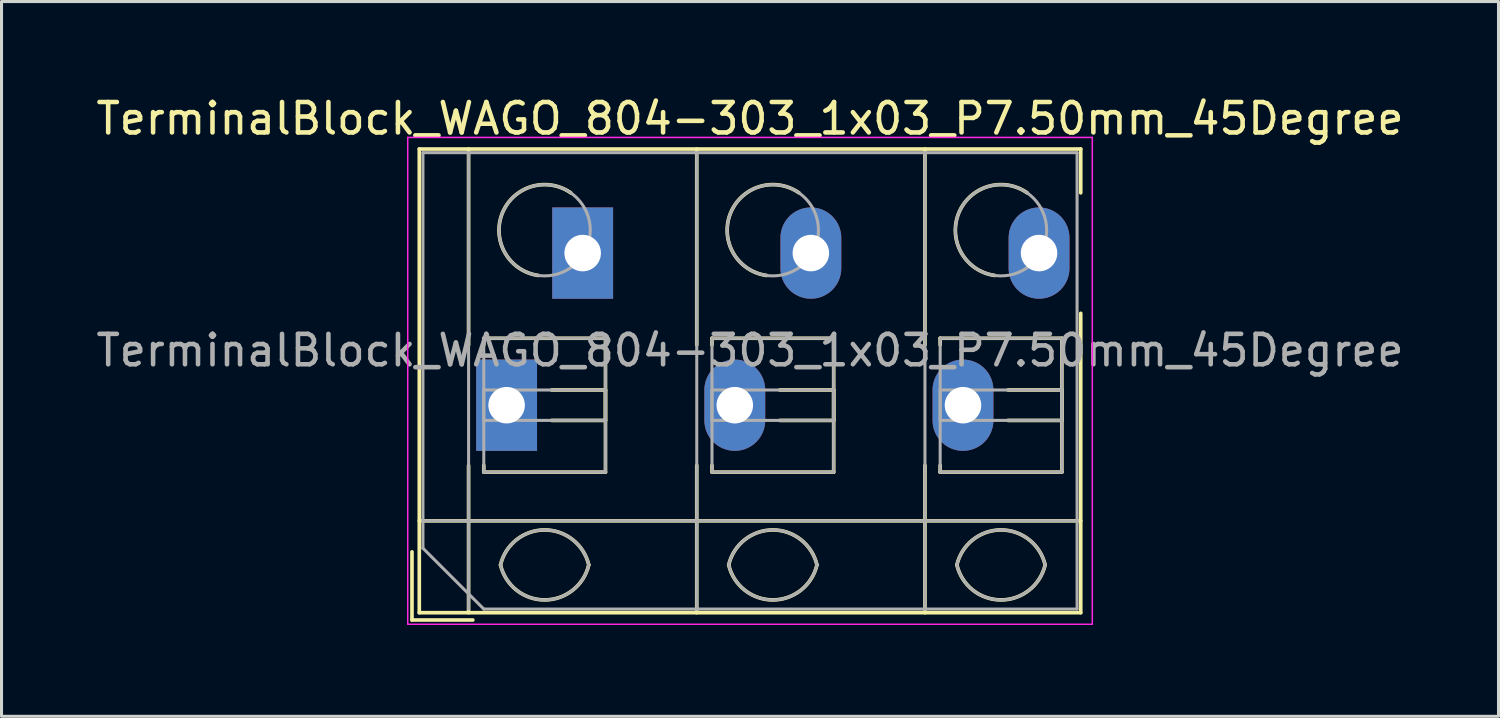
<source format=kicad_pcb>
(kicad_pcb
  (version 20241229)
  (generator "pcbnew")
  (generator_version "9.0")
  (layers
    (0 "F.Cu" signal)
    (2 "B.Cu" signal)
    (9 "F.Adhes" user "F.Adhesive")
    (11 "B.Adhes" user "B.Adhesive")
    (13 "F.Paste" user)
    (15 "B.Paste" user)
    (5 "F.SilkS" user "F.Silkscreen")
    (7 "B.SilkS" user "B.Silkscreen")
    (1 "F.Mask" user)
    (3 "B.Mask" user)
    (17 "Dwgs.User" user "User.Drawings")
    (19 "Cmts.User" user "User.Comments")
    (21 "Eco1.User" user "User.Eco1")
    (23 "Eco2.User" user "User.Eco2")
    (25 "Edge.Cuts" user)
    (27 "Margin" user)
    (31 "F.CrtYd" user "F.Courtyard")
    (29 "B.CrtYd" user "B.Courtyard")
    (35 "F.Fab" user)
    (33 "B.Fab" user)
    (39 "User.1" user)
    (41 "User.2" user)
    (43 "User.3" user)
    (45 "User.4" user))
  (footprint "TerminalBlock_WAGO_804-303_1x03_P7.50mm_45Degree"
    (layer "F.Cu")
    (at 13.601 10.268)
    (property "Reference" "TerminalBlock_WAGO_804-303_1x03_P7.50mm_45Degree" (at 8 -9.42 0) (layer "F.SilkS") (effects (font (size 1 1) (thickness 0.15))))
    (attr through_hole)
    (fp_line (start -3.11 4.82) (end -3.11 7.06) (stroke (width 0.12) (type solid)) (layer "F.SilkS"))
    (fp_line (start -3.11 7.06) (end -1.11 7.06) (stroke (width 0.12) (type solid)) (layer "F.SilkS"))
    (fp_line (start -2.87 -8.42) (end -2.87 6.82) (stroke (width 0.12) (type solid)) (layer "F.SilkS"))
    (fp_line (start -2.87 -8.42) (end 18.87 -8.42) (stroke (width 0.12) (type solid)) (layer "F.SilkS"))
    (fp_line (start -2.87 3.8) (end 18.87 3.8) (stroke (width 0.12) (type solid)) (layer "F.SilkS"))
    (fp_line (start -2.87 6.82) (end 18.87 6.82) (stroke (width 0.12) (type solid)) (layer "F.SilkS"))
    (fp_line (start -1.25 -8.42) (end -1.25 -1.98) (stroke (width 0.12) (type solid)) (layer "F.SilkS"))
    (fp_line (start -1.25 1.98) (end -1.25 6.82) (stroke (width 0.12) (type solid)) (layer "F.SilkS"))
    (fp_line (start -0.75 -2.2) (end -0.75 -1.98) (stroke (width 0.12) (type solid)) (layer "F.SilkS"))
    (fp_line (start -0.75 -2.2) (end 3.25 -2.2) (stroke (width 0.12) (type solid)) (layer "F.SilkS"))
    (fp_line (start -0.75 1.98) (end -0.75 2.2) (stroke (width 0.12) (type solid)) (layer "F.SilkS"))
    (fp_line (start -0.75 2.2) (end 3.25 2.2) (stroke (width 0.12) (type solid)) (layer "F.SilkS"))
    (fp_line (start 1.48 -0.5) (end 3.25 -0.5) (stroke (width 0.12) (type solid)) (layer "F.SilkS"))
    (fp_line (start 1.48 0.5) (end 3.25 0.5) (stroke (width 0.12) (type solid)) (layer "F.SilkS"))
    (fp_line (start 3.25 -2.2) (end 3.25 2.2) (stroke (width 0.12) (type solid)) (layer "F.SilkS"))
    (fp_line (start 3.25 -0.5) (end 3.25 0.5) (stroke (width 0.12) (type solid)) (layer "F.SilkS"))
    (fp_line (start 6.25 -8.42) (end 6.25 -1.98) (stroke (width 0.12) (type solid)) (layer "F.SilkS"))
    (fp_line (start 6.25 1.98) (end 6.25 6.82) (stroke (width 0.12) (type solid)) (layer "F.SilkS"))
    (fp_line (start 6.75 -2.2) (end 6.75 -1.98) (stroke (width 0.12) (type solid)) (layer "F.SilkS"))
    (fp_line (start 6.75 -2.2) (end 10.75 -2.2) (stroke (width 0.12) (type solid)) (layer "F.SilkS"))
    (fp_line (start 6.75 1.98) (end 6.75 2.2) (stroke (width 0.12) (type solid)) (layer "F.SilkS"))
    (fp_line (start 6.75 2.2) (end 10.75 2.2) (stroke (width 0.12) (type solid)) (layer "F.SilkS"))
    (fp_line (start 8.98 -0.5) (end 10.75 -0.5) (stroke (width 0.12) (type solid)) (layer "F.SilkS"))
    (fp_line (start 8.98 0.5) (end 10.75 0.5) (stroke (width 0.12) (type solid)) (layer "F.SilkS"))
    (fp_line (start 10.75 -2.2) (end 10.75 2.2) (stroke (width 0.12) (type solid)) (layer "F.SilkS"))
    (fp_line (start 10.75 -0.5) (end 10.75 0.5) (stroke (width 0.12) (type solid)) (layer "F.SilkS"))
    (fp_line (start 13.75 -8.42) (end 13.75 -1.98) (stroke (width 0.12) (type solid)) (layer "F.SilkS"))
    (fp_line (start 13.75 1.98) (end 13.75 6.82) (stroke (width 0.12) (type solid)) (layer "F.SilkS"))
    (fp_line (start 14.25 -2.2) (end 14.25 -1.98) (stroke (width 0.12) (type solid)) (layer "F.SilkS"))
    (fp_line (start 14.25 -2.2) (end 18.25 -2.2) (stroke (width 0.12) (type solid)) (layer "F.SilkS"))
    (fp_line (start 14.25 1.98) (end 14.25 2.2) (stroke (width 0.12) (type solid)) (layer "F.SilkS"))
    (fp_line (start 14.25 2.2) (end 18.25 2.2) (stroke (width 0.12) (type solid)) (layer "F.SilkS"))
    (fp_line (start 16.48 -0.5) (end 18.25 -0.5) (stroke (width 0.12) (type solid)) (layer "F.SilkS"))
    (fp_line (start 16.48 0.5) (end 18.25 0.5) (stroke (width 0.12) (type solid)) (layer "F.SilkS"))
    (fp_line (start 18.25 -2.2) (end 18.25 2.2) (stroke (width 0.12) (type solid)) (layer "F.SilkS"))
    (fp_line (start 18.25 -0.5) (end 18.25 0.5) (stroke (width 0.12) (type solid)) (layer "F.SilkS"))
    (fp_line (start 18.87 -8.42) (end 18.87 -6.98) (stroke (width 0.12) (type solid)) (layer "F.SilkS"))
    (fp_line (start 18.87 -3.02) (end 18.87 6.82) (stroke (width 0.12) (type solid)) (layer "F.SilkS"))
    (fp_arc (start -0.200865 5.250424) (mid 1.250296 4.099926) (end 2.701 5.251) (stroke (width 0.12) (type solid)) (layer "F.SilkS"))
    (fp_arc (start 1.040798 -4.264067) (mid -0.146039 -6.300306) (end 2.111 -6.979) (stroke (width 0.12) (type solid)) (layer "F.SilkS"))
    (fp_arc (start 2.7 5.25) (mid 1.250068 6.400101) (end -0.199969 5.250133) (stroke (width 0.12) (type solid)) (layer "F.SilkS"))
    (fp_arc (start 7.299135 5.250424) (mid 8.750296 4.099926) (end 10.201 5.251) (stroke (width 0.12) (type solid)) (layer "F.SilkS"))
    (fp_arc (start 8.540798 -4.264067) (mid 7.353961 -6.300306) (end 9.611 -6.979) (stroke (width 0.12) (type solid)) (layer "F.SilkS"))
    (fp_arc (start 10.2 5.25) (mid 8.750068 6.400101) (end 7.300031 5.250133) (stroke (width 0.12) (type solid)) (layer "F.SilkS"))
    (fp_arc (start 14.799135 5.250424) (mid 16.250296 4.099926) (end 17.701 5.251) (stroke (width 0.12) (type solid)) (layer "F.SilkS"))
    (fp_arc (start 16.040798 -4.264067) (mid 14.853961 -6.300306) (end 17.111 -6.979) (stroke (width 0.12) (type solid)) (layer "F.SilkS"))
    (fp_arc (start 17.7 5.25) (mid 16.250068 6.400101) (end 14.800031 5.250133) (stroke (width 0.12) (type solid)) (layer "F.SilkS"))
    (fp_line (start -3.25 -8.8) (end -3.25 7.2) (stroke (width 0.05) (type solid)) (layer "F.CrtYd"))
    (fp_line (start -3.25 7.2) (end 19.25 7.2) (stroke (width 0.05) (type solid)) (layer "F.CrtYd"))
    (fp_line (start 19.25 -8.8) (end -3.25 -8.8) (stroke (width 0.05) (type solid)) (layer "F.CrtYd"))
    (fp_line (start 19.25 7.2) (end 19.25 -8.8) (stroke (width 0.05) (type solid)) (layer "F.CrtYd"))
    (fp_line (start -2.75 -8.3) (end 18.75 -8.3) (stroke (width 0.1) (type solid)) (layer "F.Fab"))
    (fp_line (start -2.75 3.8) (end 18.75 3.8) (stroke (width 0.1) (type solid)) (layer "F.Fab"))
    (fp_line (start -2.75 4.7) (end -2.75 -8.3) (stroke (width 0.1) (type solid)) (layer "F.Fab"))
    (fp_line (start -1.25 -8.3) (end -1.25 6.7) (stroke (width 0.1) (type solid)) (layer "F.Fab"))
    (fp_line (start -0.75 -2.2) (end -0.75 2.2) (stroke (width 0.1) (type solid)) (layer "F.Fab"))
    (fp_line (start -0.75 -0.5) (end -0.75 0.5) (stroke (width 0.1) (type solid)) (layer "F.Fab"))
    (fp_line (start -0.75 0.5) (end 3.25 0.5) (stroke (width 0.1) (type solid)) (layer "F.Fab"))
    (fp_line (start -0.75 2.2) (end 3.25 2.2) (stroke (width 0.1) (type solid)) (layer "F.Fab"))
    (fp_line (start -0.75 6.7) (end -2.75 4.7) (stroke (width 0.1) (type solid)) (layer "F.Fab"))
    (fp_line (start 3.25 -2.2) (end -0.75 -2.2) (stroke (width 0.1) (type solid)) (layer "F.Fab"))
    (fp_line (start 3.25 -0.5) (end -0.75 -0.5) (stroke (width 0.1) (type solid)) (layer "F.Fab"))
    (fp_line (start 3.25 0.5) (end 3.25 -0.5) (stroke (width 0.1) (type solid)) (layer "F.Fab"))
    (fp_line (start 3.25 2.2) (end 3.25 -2.2) (stroke (width 0.1) (type solid)) (layer "F.Fab"))
    (fp_line (start 6.25 -8.3) (end 6.25 6.7) (stroke (width 0.1) (type solid)) (layer "F.Fab"))
    (fp_line (start 6.75 -2.2) (end 6.75 2.2) (stroke (width 0.1) (type solid)) (layer "F.Fab"))
    (fp_line (start 6.75 -0.5) (end 6.75 0.5) (stroke (width 0.1) (type solid)) (layer "F.Fab"))
    (fp_line (start 6.75 0.5) (end 10.75 0.5) (stroke (width 0.1) (type solid)) (layer "F.Fab"))
    (fp_line (start 6.75 2.2) (end 10.75 2.2) (stroke (width 0.1) (type solid)) (layer "F.Fab"))
    (fp_line (start 10.75 -2.2) (end 6.75 -2.2) (stroke (width 0.1) (type solid)) (layer "F.Fab"))
    (fp_line (start 10.75 -0.5) (end 6.75 -0.5) (stroke (width 0.1) (type solid)) (layer "F.Fab"))
    (fp_line (start 10.75 0.5) (end 10.75 -0.5) (stroke (width 0.1) (type solid)) (layer "F.Fab"))
    (fp_line (start 10.75 2.2) (end 10.75 -2.2) (stroke (width 0.1) (type solid)) (layer "F.Fab"))
    (fp_line (start 13.75 -8.3) (end 13.75 6.7) (stroke (width 0.1) (type solid)) (layer "F.Fab"))
    (fp_line (start 14.25 -2.2) (end 14.25 2.2) (stroke (width 0.1) (type solid)) (layer "F.Fab"))
    (fp_line (start 14.25 -0.5) (end 14.25 0.5) (stroke (width 0.1) (type solid)) (layer "F.Fab"))
    (fp_line (start 14.25 0.5) (end 18.25 0.5) (stroke (width 0.1) (type solid)) (layer "F.Fab"))
    (fp_line (start 14.25 2.2) (end 18.25 2.2) (stroke (width 0.1) (type solid)) (layer "F.Fab"))
    (fp_line (start 18.25 -2.2) (end 14.25 -2.2) (stroke (width 0.1) (type solid)) (layer "F.Fab"))
    (fp_line (start 18.25 -0.5) (end 14.25 -0.5) (stroke (width 0.1) (type solid)) (layer "F.Fab"))
    (fp_line (start 18.25 0.5) (end 18.25 -0.5) (stroke (width 0.1) (type solid)) (layer "F.Fab"))
    (fp_line (start 18.25 2.2) (end 18.25 -2.2) (stroke (width 0.1) (type solid)) (layer "F.Fab"))
    (fp_line (start 18.75 -8.3) (end 18.75 6.7) (stroke (width 0.1) (type solid)) (layer "F.Fab"))
    (fp_line (start 18.75 6.7) (end -0.75 6.7) (stroke (width 0.1) (type solid)) (layer "F.Fab"))
    (fp_arc (start -0.200865 5.250424) (mid 1.250296 4.099926) (end 2.701 5.251) (stroke (width 0.1) (type solid)) (layer "F.Fab"))
    (fp_arc (start 2.7 5.25) (mid 1.250068 6.400101) (end -0.199969 5.250133) (stroke (width 0.1) (type solid)) (layer "F.Fab"))
    (fp_arc (start 7.299135 5.250424) (mid 8.750296 4.099926) (end 10.201 5.251) (stroke (width 0.1) (type solid)) (layer "F.Fab"))
    (fp_arc (start 10.2 5.25) (mid 8.750068 6.400101) (end 7.300031 5.250133) (stroke (width 0.1) (type solid)) (layer "F.Fab"))
    (fp_arc (start 14.799135 5.250424) (mid 16.250296 4.099926) (end 17.701 5.251) (stroke (width 0.1) (type solid)) (layer "F.Fab"))
    (fp_arc (start 17.7 5.25) (mid 16.250068 6.400101) (end 14.800031 5.250133) (stroke (width 0.1) (type solid)) (layer "F.Fab"))
    (fp_circle (center 1.25 -5.75) (end 2.75 -5.75) (stroke (width 0.1) (type solid)) (fill no) (layer "F.Fab"))
    (fp_circle (center 8.75 -5.75) (end 10.25 -5.75) (stroke (width 0.1) (type solid)) (fill no) (layer "F.Fab"))
    (fp_circle (center 16.25 -5.75) (end 17.75 -5.75) (stroke (width 0.1) (type solid)) (fill no) (layer "F.Fab"))
    (fp_text user "${REFERENCE}" (at 8 -1.8 0) (layer "F.Fab") (effects (font (size 1 1) (thickness 0.15))))
    (pad "1" thru_hole rect (at 0 0) (size 2 3) (drill 1.2) (layers "*.Cu" "*.Mask"))
    (pad "1" thru_hole rect (at 2.5 -5) (size 2 3) (drill 1.2) (layers "*.Cu" "*.Mask"))
    (pad "2" thru_hole oval (at 7.5 0) (size 2 3) (drill 1.2) (layers "*.Cu" "*.Mask"))
    (pad "2" thru_hole oval (at 10 -5) (size 2 3) (drill 1.2) (layers "*.Cu" "*.Mask"))
    (pad "3" thru_hole oval (at 15 0) (size 2 3) (drill 1.2) (layers "*.Cu" "*.Mask"))
    (pad "3" thru_hole oval (at 17.5 -5) (size 2 3) (drill 1.2) (layers "*.Cu" "*.Mask")))
  (gr_rect
    (start -3 -3)
    (end 46.202 20.493)
    (stroke (width 0.1) (type default))
    (fill no)
    (layer "Edge.Cuts")))
</source>
